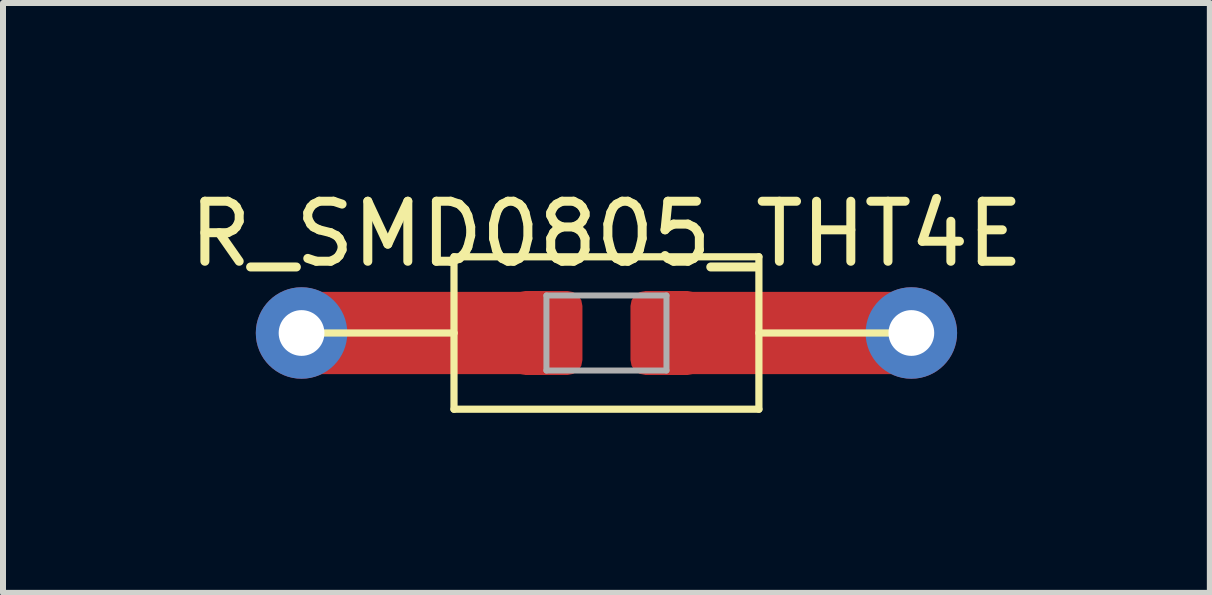
<source format=kicad_pcb>
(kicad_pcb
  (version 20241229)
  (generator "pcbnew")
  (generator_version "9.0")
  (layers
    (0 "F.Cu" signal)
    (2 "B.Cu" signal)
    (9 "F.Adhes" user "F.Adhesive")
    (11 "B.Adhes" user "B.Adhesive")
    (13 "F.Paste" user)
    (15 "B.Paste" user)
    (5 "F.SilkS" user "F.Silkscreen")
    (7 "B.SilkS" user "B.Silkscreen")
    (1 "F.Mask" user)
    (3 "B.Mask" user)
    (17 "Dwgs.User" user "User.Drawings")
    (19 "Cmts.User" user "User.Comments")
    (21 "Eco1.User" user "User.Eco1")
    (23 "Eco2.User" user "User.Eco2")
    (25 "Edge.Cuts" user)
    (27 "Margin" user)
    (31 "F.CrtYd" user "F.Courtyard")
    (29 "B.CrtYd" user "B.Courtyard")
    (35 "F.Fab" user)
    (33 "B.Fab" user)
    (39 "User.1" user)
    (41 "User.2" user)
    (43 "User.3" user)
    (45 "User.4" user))
  (footprint "R_SMD0805_THT4E"
    (layer "F.Cu")
    (at 7.054 2.498)
    (property "Reference" "R_SMD0805_THT4E" (at 0 -1.65 0) (layer "F.SilkS") (effects (font (size 1 1) (thickness 0.15))))
    (attr smd)
    (fp_poly (pts (xy -1.27 0.635) (xy -5.08 0.635) (xy -5.08 -0.635) (xy -1.27 -0.635)) (stroke (width 0.1) (type solid)) (fill yes) (layer "F.Cu"))
    (fp_poly (pts (xy 5.08 0.635) (xy 1.27 0.635) (xy 1.27 -0.635) (xy 5.08 -0.635)) (stroke (width 0.1) (type solid)) (fill yes) (layer "F.Cu"))
    (fp_line (start -5.08 0) (end -2.54 0) (stroke (width 0.12) (type solid)) (layer "F.SilkS"))
    (fp_line (start -2.54 -1.27) (end 2.54 -1.27) (stroke (width 0.12) (type solid)) (layer "F.SilkS"))
    (fp_line (start -2.54 0) (end -2.54 -1.27) (stroke (width 0.12) (type solid)) (layer "F.SilkS"))
    (fp_line (start -2.54 1.27) (end -2.54 0) (stroke (width 0.12) (type solid)) (layer "F.SilkS"))
    (fp_line (start 2.54 -1.27) (end 2.54 1.27) (stroke (width 0.12) (type solid)) (layer "F.SilkS"))
    (fp_line (start 2.54 0) (end 5.08 0) (stroke (width 0.12) (type solid)) (layer "F.SilkS"))
    (fp_line (start 2.54 1.27) (end -2.54 1.27) (stroke (width 0.12) (type solid)) (layer "F.SilkS"))
    (fp_line (start -1 -0.625) (end 1 -0.625) (stroke (width 0.1) (type solid)) (layer "F.Fab"))
    (fp_line (start -1 0.625) (end -1 -0.625) (stroke (width 0.1) (type solid)) (layer "F.Fab"))
    (fp_line (start 1 -0.625) (end 1 0.625) (stroke (width 0.1) (type solid)) (layer "F.Fab"))
    (fp_line (start 1 0.625) (end -1 0.625) (stroke (width 0.1) (type solid)) (layer "F.Fab"))
    (pad "1" thru_hole circle (at -5.08 0) (size 1.524 1.524) (drill 0.762) (layers "*.Cu" "*.Mask"))
    (pad "1" smd roundrect (at -1 0) (size 1.2 1.4) (layers "F.Cu" "F.Mask" "F.Paste") (roundrect_rratio 0.208))
    (pad "2" smd roundrect (at 1 0) (size 1.2 1.4) (layers "F.Cu" "F.Mask" "F.Paste") (roundrect_rratio 0.208))
    (pad "2" thru_hole circle (at 5.08 0) (size 1.524 1.524) (drill 0.762) (layers "*.Cu" "*.Mask")))
  (gr_rect
    (start -3 -3)
    (end 17.107 6.828)
    (stroke (width 0.1) (type default))
    (fill no)
    (layer "Edge.Cuts")))
</source>
